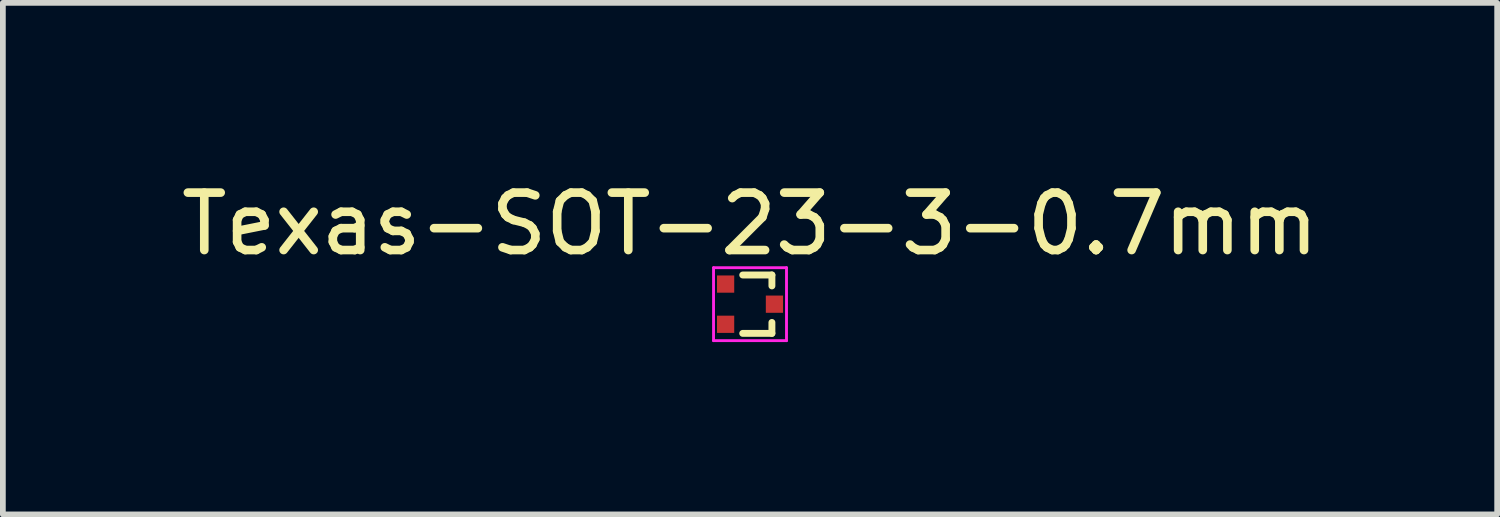
<source format=kicad_pcb>
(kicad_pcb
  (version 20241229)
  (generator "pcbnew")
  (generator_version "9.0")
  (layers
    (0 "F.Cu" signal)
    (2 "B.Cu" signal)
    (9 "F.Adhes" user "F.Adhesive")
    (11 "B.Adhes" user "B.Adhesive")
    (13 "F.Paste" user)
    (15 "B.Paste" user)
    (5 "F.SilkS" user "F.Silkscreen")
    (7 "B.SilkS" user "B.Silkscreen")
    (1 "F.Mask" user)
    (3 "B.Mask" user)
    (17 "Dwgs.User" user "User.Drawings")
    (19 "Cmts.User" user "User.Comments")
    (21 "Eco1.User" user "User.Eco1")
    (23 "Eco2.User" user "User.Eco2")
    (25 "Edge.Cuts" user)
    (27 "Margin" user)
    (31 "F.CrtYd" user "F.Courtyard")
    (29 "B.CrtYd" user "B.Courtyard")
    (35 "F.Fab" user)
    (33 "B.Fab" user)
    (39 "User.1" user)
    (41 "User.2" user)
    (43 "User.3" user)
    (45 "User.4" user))
  (footprint "Texas-SOT-23-3-0.7mm"
    (layer "F.Cu")
    (at 10.006 2.245)
    (property "Reference" "Texas-SOT-23-3-0.7mm" (at 0 -1.397 0) (layer "F.SilkS") (effects (font (size 1 1) (thickness 0.15))))
    (attr smd)
    (fp_line (start -0.127 0.508) (end 0.381 0.508) (stroke (width 0.12) (type solid)) (layer "F.SilkS"))
    (fp_line (start 0.381 -0.508) (end -0.127 -0.508) (stroke (width 0.12) (type solid)) (layer "F.SilkS"))
    (fp_line (start 0.381 -0.318) (end 0.381 -0.508) (stroke (width 0.12) (type solid)) (layer "F.SilkS"))
    (fp_line (start 0.381 0.508) (end 0.381 0.318) (stroke (width 0.12) (type solid)) (layer "F.SilkS"))
    (fp_line (start -0.635 -0.635) (end -0.635 0.635) (stroke (width 0.05) (type solid)) (layer "F.CrtYd"))
    (fp_line (start -0.635 0.635) (end 0.635 0.635) (stroke (width 0.05) (type solid)) (layer "F.CrtYd"))
    (fp_line (start 0.635 -0.635) (end -0.635 -0.635) (stroke (width 0.05) (type solid)) (layer "F.CrtYd"))
    (fp_line (start 0.635 0.635) (end 0.635 -0.635) (stroke (width 0.05) (type solid)) (layer "F.CrtYd"))
    (pad "1" smd rect (at -0.425 -0.35 90) (size 0.3 0.3) (layers "F.Cu" "F.Mask" "F.Paste"))
    (pad "2" smd rect (at -0.425 0.35 90) (size 0.3 0.3) (layers "F.Cu" "F.Mask" "F.Paste"))
    (pad "3" smd rect (at 0.425 0 270) (size 0.3 0.3) (layers "F.Cu" "F.Mask" "F.Paste")))
  (gr_rect
    (start -3 -3)
    (end 23.012 5.905)
    (stroke (width 0.1) (type default))
    (fill no)
    (layer "Edge.Cuts")))
</source>
